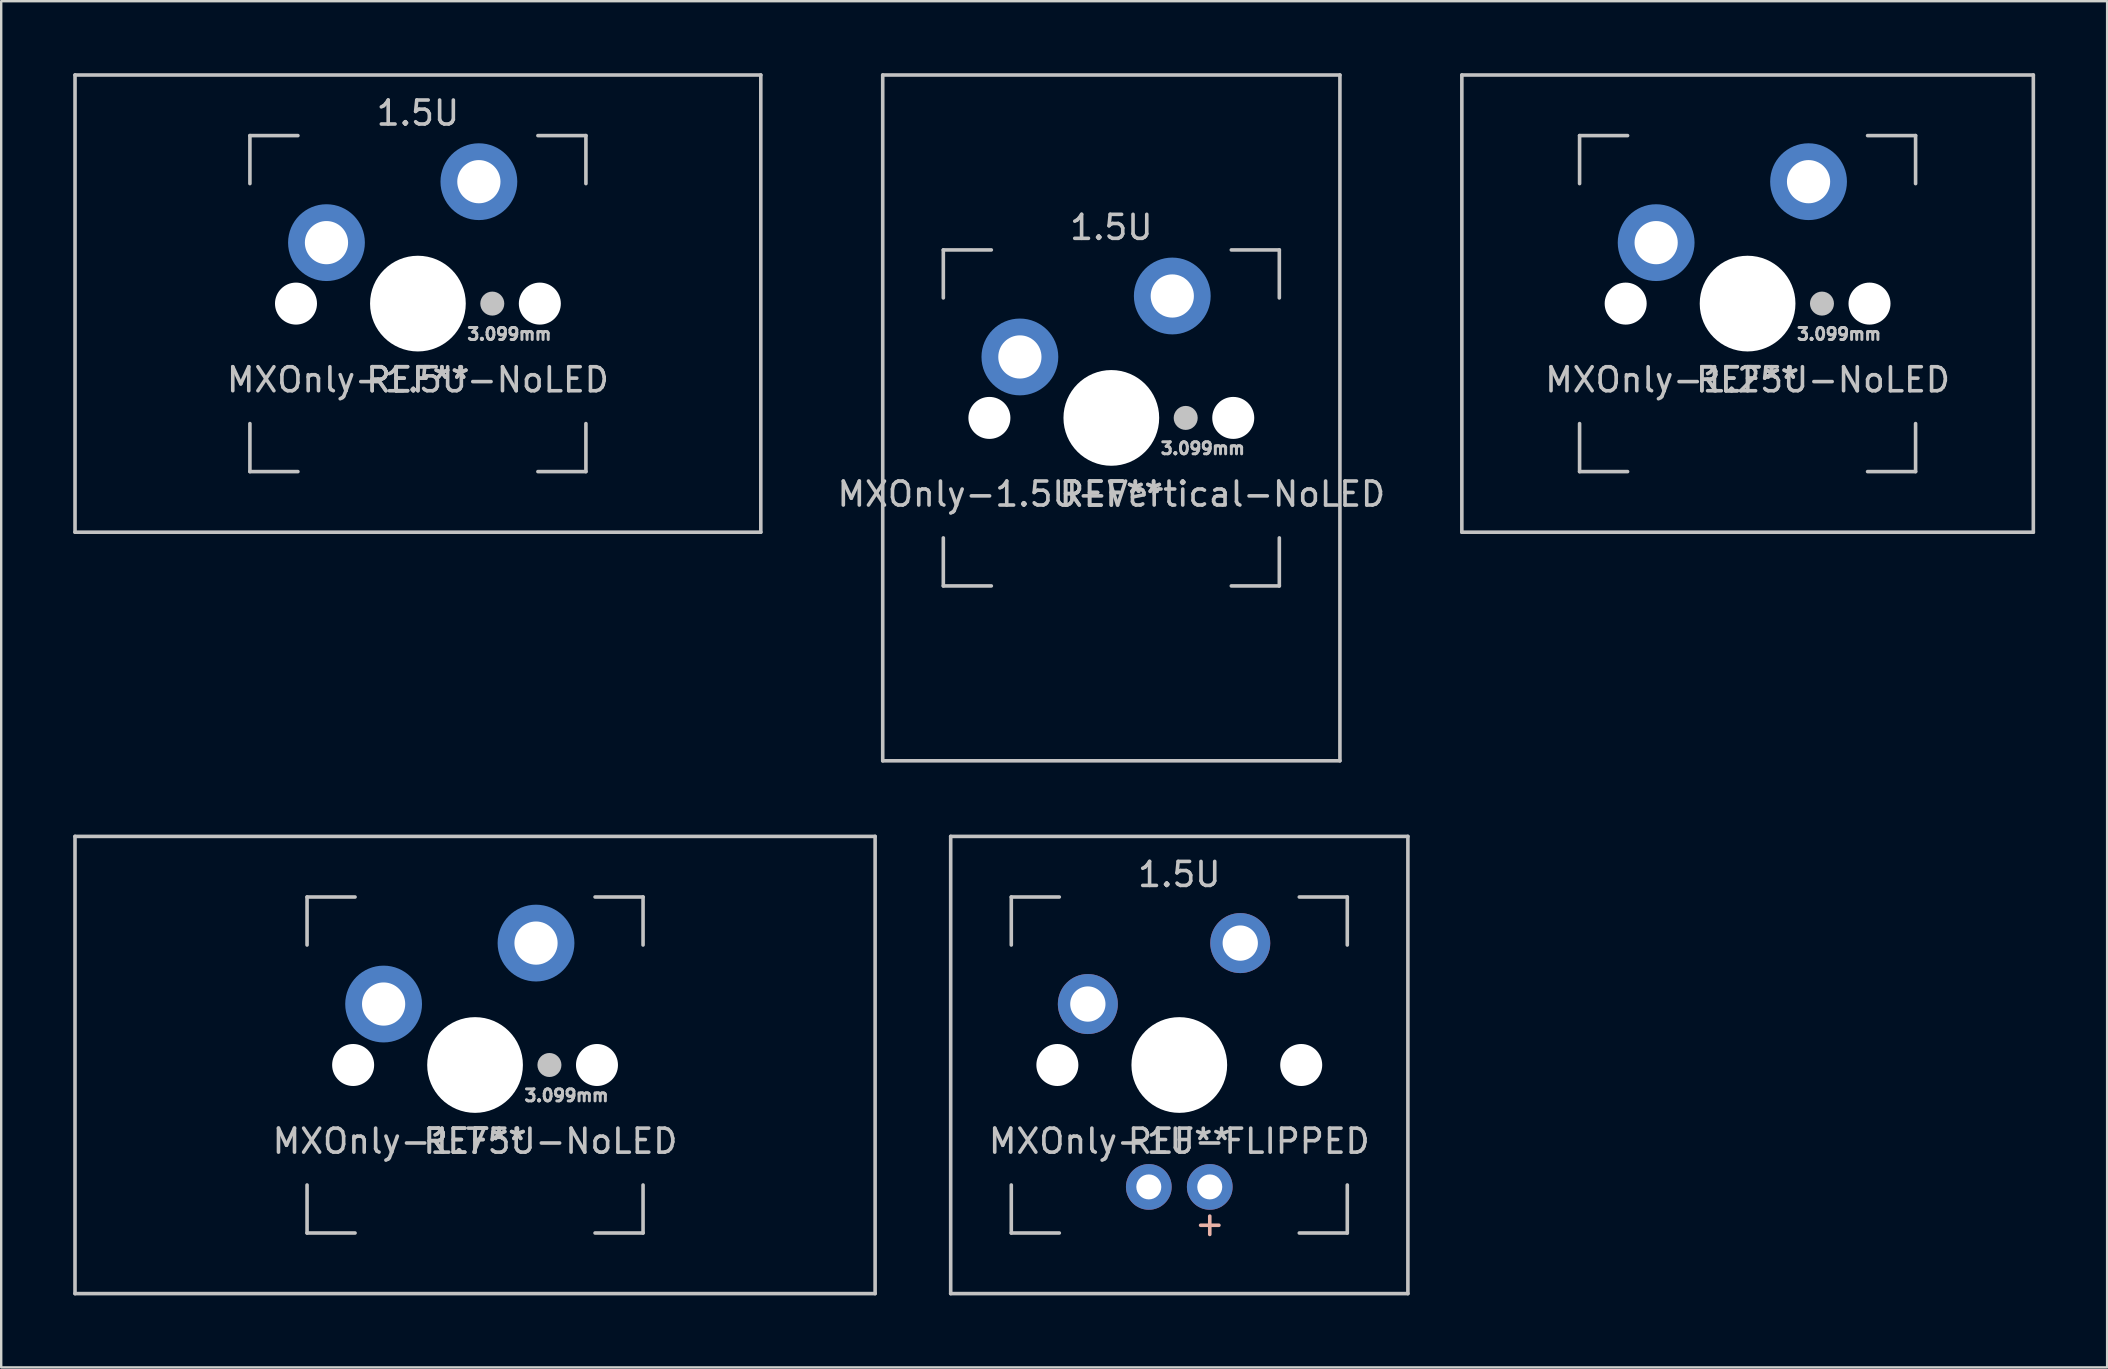
<source format=kicad_pcb>
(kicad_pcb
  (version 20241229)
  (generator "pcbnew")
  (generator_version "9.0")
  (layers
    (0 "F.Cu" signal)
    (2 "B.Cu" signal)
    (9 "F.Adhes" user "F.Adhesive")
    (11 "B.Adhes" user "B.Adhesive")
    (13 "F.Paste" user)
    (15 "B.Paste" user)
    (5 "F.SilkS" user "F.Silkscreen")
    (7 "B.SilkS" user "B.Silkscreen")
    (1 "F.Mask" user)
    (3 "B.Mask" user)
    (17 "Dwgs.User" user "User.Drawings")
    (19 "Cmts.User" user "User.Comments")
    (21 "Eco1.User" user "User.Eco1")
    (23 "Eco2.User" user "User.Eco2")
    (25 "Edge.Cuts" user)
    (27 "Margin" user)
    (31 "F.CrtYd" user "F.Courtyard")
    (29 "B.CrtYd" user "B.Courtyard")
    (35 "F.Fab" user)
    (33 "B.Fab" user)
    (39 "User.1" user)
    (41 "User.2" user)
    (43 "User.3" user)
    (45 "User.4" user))
  (footprint "MXOnly-1U-FLIPPED"
    (layer "F.Cu")
    (at 46.087 41.325)
    (property "Reference" "MXOnly-1U-FLIPPED" (at 0 3.175 0) (layer "Dwgs.User") (effects (font (size 1 1) (thickness 0.15))))
    (attr through_hole)
    (fp_line (start -9.525 -9.525) (end 9.525 -9.525) (stroke (width 0.15) (type solid)) (layer "Dwgs.User"))
    (fp_line (start -9.525 9.525) (end -9.525 -9.525) (stroke (width 0.15) (type solid)) (layer "Dwgs.User"))
    (fp_line (start -7 -7) (end -7 -5) (stroke (width 0.15) (type solid)) (layer "Dwgs.User"))
    (fp_line (start -7 5) (end -7 7) (stroke (width 0.15) (type solid)) (layer "Dwgs.User"))
    (fp_line (start -7 7) (end -5 7) (stroke (width 0.15) (type solid)) (layer "Dwgs.User"))
    (fp_line (start -5 -7) (end -7 -7) (stroke (width 0.15) (type solid)) (layer "Dwgs.User"))
    (fp_line (start 5 -7) (end 7 -7) (stroke (width 0.15) (type solid)) (layer "Dwgs.User"))
    (fp_line (start 5 7) (end 7 7) (stroke (width 0.15) (type solid)) (layer "Dwgs.User"))
    (fp_line (start 7 -7) (end 7 -5) (stroke (width 0.15) (type solid)) (layer "Dwgs.User"))
    (fp_line (start 7 7) (end 7 5) (stroke (width 0.15) (type solid)) (layer "Dwgs.User"))
    (fp_line (start 9.525 -9.525) (end 9.525 9.525) (stroke (width 0.15) (type solid)) (layer "Dwgs.User"))
    (fp_line (start 9.525 9.525) (end -9.525 9.525) (stroke (width 0.15) (type solid)) (layer "Dwgs.User"))
    (fp_text user "+" (at 1.27 6.604 0) (layer "B.SilkS") (effects (font (size 1 1) (thickness 0.15))))
    (fp_text user "1.5U" (at 0 -7.938 0) (layer "Dwgs.User") (effects (font (size 1 1) (thickness 0.15))))
    (fp_text user "REF**" (at 0 3.175 0) (layer "Dwgs.User") (effects (font (size 1 1) (thickness 0.15))))
    (pad "" np_thru_hole circle (at -5.08 0 48.1) (size 1.75 1.75) (drill 1.75) (layers "*.Cu" "*.Mask"))
    (pad "" np_thru_hole circle (at 0 0) (size 3.988 3.988) (drill 3.988) (layers "*.Cu" "*.Mask"))
    (pad "" np_thru_hole circle (at 5.08 0 48.1) (size 1.75 1.75) (drill 1.75) (layers "*.Cu" "*.Mask"))
    (pad "1" thru_hole circle (at -3.81 -2.54) (size 2.5 2.5) (drill 1.47) (layers "*.Cu" "B.Mask"))
    (pad "2" thru_hole circle (at 2.54 -5.08) (size 2.5 2.5) (drill 1.47) (layers "*.Cu" "B.Mask"))
    (pad "3" thru_hole circle (at 1.27 5.08) (size 1.905 1.905) (drill 1.04) (layers "*.Cu" "*.Mask"))
    (pad "4" thru_hole circle (at -1.27 5.08) (size 1.905 1.905) (drill 1.04) (layers "*.Cu" "*.Mask")))
  (footprint "MXOnly-1.25U-NoLED"
    (layer "F.Cu")
    (at 69.766 9.6)
    (property "Reference" "MXOnly-1.25U-NoLED" (at 0 3.175 0) (layer "Dwgs.User") (effects (font (size 1 1) (thickness 0.15))))
    (attr through_hole)
    (fp_line (start -11.906 -9.525) (end 11.906 -9.525) (stroke (width 0.15) (type solid)) (layer "Dwgs.User"))
    (fp_line (start -11.906 9.525) (end -11.906 -9.525) (stroke (width 0.15) (type solid)) (layer "Dwgs.User"))
    (fp_line (start -11.906 9.525) (end 11.906 9.525) (stroke (width 0.15) (type solid)) (layer "Dwgs.User"))
    (fp_line (start -7 -7) (end -7 -5) (stroke (width 0.15) (type solid)) (layer "Dwgs.User"))
    (fp_line (start -7 5) (end -7 7) (stroke (width 0.15) (type solid)) (layer "Dwgs.User"))
    (fp_line (start -7 7) (end -5 7) (stroke (width 0.15) (type solid)) (layer "Dwgs.User"))
    (fp_line (start -5 -7) (end -7 -7) (stroke (width 0.15) (type solid)) (layer "Dwgs.User"))
    (fp_line (start 5 -7) (end 7 -7) (stroke (width 0.15) (type solid)) (layer "Dwgs.User"))
    (fp_line (start 5 7) (end 7 7) (stroke (width 0.15) (type solid)) (layer "Dwgs.User"))
    (fp_line (start 7 -7) (end 7 -5) (stroke (width 0.15) (type solid)) (layer "Dwgs.User"))
    (fp_line (start 7 7) (end 7 5) (stroke (width 0.15) (type solid)) (layer "Dwgs.User"))
    (fp_line (start 11.906 -9.525) (end 11.906 9.525) (stroke (width 0.15) (type solid)) (layer "Dwgs.User"))
    (fp_text user "3.099mm" (at 3.81 1.27 0) (layer "Dwgs.User") (effects (font (size 0.5 0.5) (thickness 0.125))))
    (fp_text user "REF**" (at 0 3.175 0) (layer "Dwgs.User") (effects (font (size 1 1) (thickness 0.15))))
    (fp_text user "REF**" (at 0 3.175 0) (layer "Dwgs.User") (effects (font (size 1 1) (thickness 0.15))))
    (pad "" np_thru_hole circle (at -5.08 0 48.1) (size 1.75 1.75) (drill 1.75) (layers "*.Cu" "*.Mask"))
    (pad "" smd circle (at -3.81 -2.54) (size 2.8 2.8) (layers "B.Mask"))
    (pad "" np_thru_hole circle (at 0 0) (size 3.988 3.988) (drill 3.988) (layers "*.Cu" "*.Mask"))
    (pad "" smd circle (at 2.54 -5.08) (size 2.8 2.8) (layers "B.Mask"))
    (pad "" smd circle (at 3.099 0) (size 1 1) (layers "Dwgs.User"))
    (pad "" np_thru_hole circle (at 5.08 0 48.1) (size 1.75 1.75) (drill 1.75) (layers "*.Cu" "*.Mask"))
    (pad "1" thru_hole circle (at -3.81 -2.54) (size 2.4 2.4) (drill 1.8) (layers "*.Cu"))
    (pad "1" connect circle (at -3.81 -2.54) (size 3.2 3.2) (layers "B.Cu"))
    (pad "2" thru_hole circle (at 2.54 -5.08) (size 2.4 2.4) (drill 1.8) (layers "*.Cu"))
    (pad "2" connect circle (at 2.54 -5.08) (size 3.2 3.2) (layers "B.Cu")))
  (footprint "MXOnly-1.5U-Vertical-NoLED"
    (layer "F.Cu")
    (at 43.255 14.363)
    (property "Reference" "MXOnly-1.5U-Vertical-NoLED" (at 0 3.175 0) (layer "Dwgs.User") (effects (font (size 1 1) (thickness 0.15))))
    (attr through_hole)
    (fp_line (start -9.525 -14.287) (end -9.525 14.287) (stroke (width 0.15) (type solid)) (layer "Dwgs.User"))
    (fp_line (start -7 -7) (end -7 -5) (stroke (width 0.15) (type solid)) (layer "Dwgs.User"))
    (fp_line (start -7 5) (end -7 7) (stroke (width 0.15) (type solid)) (layer "Dwgs.User"))
    (fp_line (start -7 7) (end -5 7) (stroke (width 0.15) (type solid)) (layer "Dwgs.User"))
    (fp_line (start -5 -7) (end -7 -7) (stroke (width 0.15) (type solid)) (layer "Dwgs.User"))
    (fp_line (start 5 -7) (end 7 -7) (stroke (width 0.15) (type solid)) (layer "Dwgs.User"))
    (fp_line (start 5 7) (end 7 7) (stroke (width 0.15) (type solid)) (layer "Dwgs.User"))
    (fp_line (start 7 -7) (end 7 -5) (stroke (width 0.15) (type solid)) (layer "Dwgs.User"))
    (fp_line (start 7 7) (end 7 5) (stroke (width 0.15) (type solid)) (layer "Dwgs.User"))
    (fp_line (start 9.525 -14.287) (end -9.525 -14.287) (stroke (width 0.15) (type solid)) (layer "Dwgs.User"))
    (fp_line (start 9.525 -14.287) (end 9.525 14.287) (stroke (width 0.15) (type solid)) (layer "Dwgs.User"))
    (fp_line (start 9.525 14.287) (end -9.525 14.287) (stroke (width 0.15) (type solid)) (layer "Dwgs.User"))
    (fp_text user "1.5U" (at 0 -7.938 0) (layer "Dwgs.User") (effects (font (size 1 1) (thickness 0.15))))
    (fp_text user "3.099mm" (at 3.81 1.27 0) (layer "Dwgs.User") (effects (font (size 0.5 0.5) (thickness 0.125))))
    (fp_text user "REF**" (at 0 3.175 0) (layer "Dwgs.User") (effects (font (size 1 1) (thickness 0.15))))
    (fp_text user "REF**" (at 0 3.175 0) (layer "Dwgs.User") (effects (font (size 1 1) (thickness 0.15))))
    (pad "" np_thru_hole circle (at -5.08 0 48.1) (size 1.75 1.75) (drill 1.75) (layers "*.Cu" "*.Mask"))
    (pad "" smd circle (at -3.81 -2.54) (size 2.8 2.8) (layers "B.Mask"))
    (pad "" np_thru_hole circle (at 0 0) (size 3.988 3.988) (drill 3.988) (layers "*.Cu" "*.Mask"))
    (pad "" smd circle (at 2.54 -5.08) (size 2.8 2.8) (layers "B.Mask"))
    (pad "" smd circle (at 3.099 0) (size 1 1) (layers "Dwgs.User"))
    (pad "" np_thru_hole circle (at 5.08 0 48.1) (size 1.75 1.75) (drill 1.75) (layers "*.Cu" "*.Mask"))
    (pad "1" thru_hole circle (at -3.81 -2.54) (size 2.4 2.4) (drill 1.8) (layers "*.Cu"))
    (pad "1" connect circle (at -3.81 -2.54) (size 3.2 3.2) (layers "B.Cu"))
    (pad "2" thru_hole circle (at 2.54 -5.08) (size 2.4 2.4) (drill 1.8) (layers "*.Cu"))
    (pad "2" connect circle (at 2.54 -5.08) (size 3.2 3.2) (layers "B.Cu")))
  (footprint "MXOnly-1.5U-NoLED"
    (layer "F.Cu")
    (at 14.363 9.6)
    (property "Reference" "MXOnly-1.5U-NoLED" (at 0 3.175 0) (layer "Dwgs.User") (effects (font (size 1 1) (thickness 0.15))))
    (attr through_hole)
    (fp_line (start -14.287 -9.525) (end 14.287 -9.525) (stroke (width 0.15) (type solid)) (layer "Dwgs.User"))
    (fp_line (start -14.287 9.525) (end -14.287 -9.525) (stroke (width 0.15) (type solid)) (layer "Dwgs.User"))
    (fp_line (start -14.287 9.525) (end 14.287 9.525) (stroke (width 0.15) (type solid)) (layer "Dwgs.User"))
    (fp_line (start -7 -7) (end -7 -5) (stroke (width 0.15) (type solid)) (layer "Dwgs.User"))
    (fp_line (start -7 5) (end -7 7) (stroke (width 0.15) (type solid)) (layer "Dwgs.User"))
    (fp_line (start -7 7) (end -5 7) (stroke (width 0.15) (type solid)) (layer "Dwgs.User"))
    (fp_line (start -5 -7) (end -7 -7) (stroke (width 0.15) (type solid)) (layer "Dwgs.User"))
    (fp_line (start 5 -7) (end 7 -7) (stroke (width 0.15) (type solid)) (layer "Dwgs.User"))
    (fp_line (start 5 7) (end 7 7) (stroke (width 0.15) (type solid)) (layer "Dwgs.User"))
    (fp_line (start 7 -7) (end 7 -5) (stroke (width 0.15) (type solid)) (layer "Dwgs.User"))
    (fp_line (start 7 7) (end 7 5) (stroke (width 0.15) (type solid)) (layer "Dwgs.User"))
    (fp_line (start 14.287 -9.525) (end 14.287 9.525) (stroke (width 0.15) (type solid)) (layer "Dwgs.User"))
    (fp_text user "3.099mm" (at 3.81 1.27 0) (layer "Dwgs.User") (effects (font (size 0.5 0.5) (thickness 0.125))))
    (fp_text user "REF**" (at 0 3.175 0) (layer "Dwgs.User") (effects (font (size 1 1) (thickness 0.15))))
    (fp_text user "1.5U" (at 0 -7.938 0) (layer "Dwgs.User") (effects (font (size 1 1) (thickness 0.15))))
    (fp_text user "REF**" (at 0 3.175 0) (layer "Dwgs.User") (effects (font (size 1 1) (thickness 0.15))))
    (pad "" np_thru_hole circle (at -5.08 0 48.1) (size 1.75 1.75) (drill 1.75) (layers "*.Cu" "*.Mask"))
    (pad "" smd circle (at -3.81 -2.54) (size 2.8 2.8) (layers "B.Mask"))
    (pad "" np_thru_hole circle (at 0 0) (size 3.988 3.988) (drill 3.988) (layers "*.Cu" "*.Mask"))
    (pad "" smd circle (at 2.54 -5.08) (size 2.8 2.8) (layers "B.Mask"))
    (pad "" smd circle (at 3.099 0) (size 1 1) (layers "Dwgs.User"))
    (pad "" np_thru_hole circle (at 5.08 0 48.1) (size 1.75 1.75) (drill 1.75) (layers "*.Cu" "*.Mask"))
    (pad "1" thru_hole circle (at -3.81 -2.54) (size 2.4 2.4) (drill 1.8) (layers "*.Cu"))
    (pad "1" connect circle (at -3.81 -2.54) (size 3.2 3.2) (layers "B.Cu"))
    (pad "2" thru_hole circle (at 2.54 -5.08) (size 2.4 2.4) (drill 1.8) (layers "*.Cu"))
    (pad "2" connect circle (at 2.54 -5.08) (size 3.2 3.2) (layers "B.Cu")))
  (footprint "MXOnly-1.75U-NoLED"
    (layer "F.Cu")
    (at 16.744 41.325)
    (property "Reference" "MXOnly-1.75U-NoLED" (at 0 3.175 0) (layer "Dwgs.User") (effects (font (size 1 1) (thickness 0.15))))
    (attr through_hole)
    (fp_line (start -16.669 -9.525) (end 16.669 -9.525) (stroke (width 0.15) (type solid)) (layer "Dwgs.User"))
    (fp_line (start -16.669 9.525) (end -16.669 -9.525) (stroke (width 0.15) (type solid)) (layer "Dwgs.User"))
    (fp_line (start -16.669 9.525) (end 16.669 9.525) (stroke (width 0.15) (type solid)) (layer "Dwgs.User"))
    (fp_line (start -7 -7) (end -7 -5) (stroke (width 0.15) (type solid)) (layer "Dwgs.User"))
    (fp_line (start -7 5) (end -7 7) (stroke (width 0.15) (type solid)) (layer "Dwgs.User"))
    (fp_line (start -7 7) (end -5 7) (stroke (width 0.15) (type solid)) (layer "Dwgs.User"))
    (fp_line (start -5 -7) (end -7 -7) (stroke (width 0.15) (type solid)) (layer "Dwgs.User"))
    (fp_line (start 5 -7) (end 7 -7) (stroke (width 0.15) (type solid)) (layer "Dwgs.User"))
    (fp_line (start 5 7) (end 7 7) (stroke (width 0.15) (type solid)) (layer "Dwgs.User"))
    (fp_line (start 7 -7) (end 7 -5) (stroke (width 0.15) (type solid)) (layer "Dwgs.User"))
    (fp_line (start 7 7) (end 7 5) (stroke (width 0.15) (type solid)) (layer "Dwgs.User"))
    (fp_line (start 16.669 -9.525) (end 16.669 9.525) (stroke (width 0.15) (type solid)) (layer "Dwgs.User"))
    (fp_text user "REF**" (at 0 3.175 0) (layer "Dwgs.User") (effects (font (size 1 1) (thickness 0.15))))
    (fp_text user "REF**" (at 0 3.175 0) (layer "Dwgs.User") (effects (font (size 1 1) (thickness 0.15))))
    (fp_text user "3.099mm" (at 3.81 1.27 0) (layer "Dwgs.User") (effects (font (size 0.5 0.5) (thickness 0.125))))
    (pad "" np_thru_hole circle (at -5.08 0 48.1) (size 1.75 1.75) (drill 1.75) (layers "*.Cu" "*.Mask"))
    (pad "" smd circle (at -3.81 -2.54) (size 2.8 2.8) (layers "B.Mask"))
    (pad "" np_thru_hole circle (at 0 0) (size 3.988 3.988) (drill 3.988) (layers "*.Cu" "*.Mask"))
    (pad "" smd circle (at 2.54 -5.08) (size 2.8 2.8) (layers "B.Mask"))
    (pad "" smd circle (at 3.099 0) (size 1 1) (layers "Dwgs.User"))
    (pad "" np_thru_hole circle (at 5.08 0 48.1) (size 1.75 1.75) (drill 1.75) (layers "*.Cu" "*.Mask"))
    (pad "1" thru_hole circle (at -3.81 -2.54) (size 2.4 2.4) (drill 1.8) (layers "*.Cu"))
    (pad "1" connect circle (at -3.81 -2.54) (size 3.2 3.2) (layers "B.Cu"))
    (pad "2" thru_hole circle (at 2.54 -5.08) (size 2.4 2.4) (drill 1.8) (layers "*.Cu"))
    (pad "2" connect circle (at 2.54 -5.08) (size 3.2 3.2) (layers "B.Cu")))
  (gr_rect
    (start -3 -3)
    (end 84.747 53.925)
    (stroke (width 0.1) (type default))
    (fill no)
    (layer "Edge.Cuts")))
</source>
